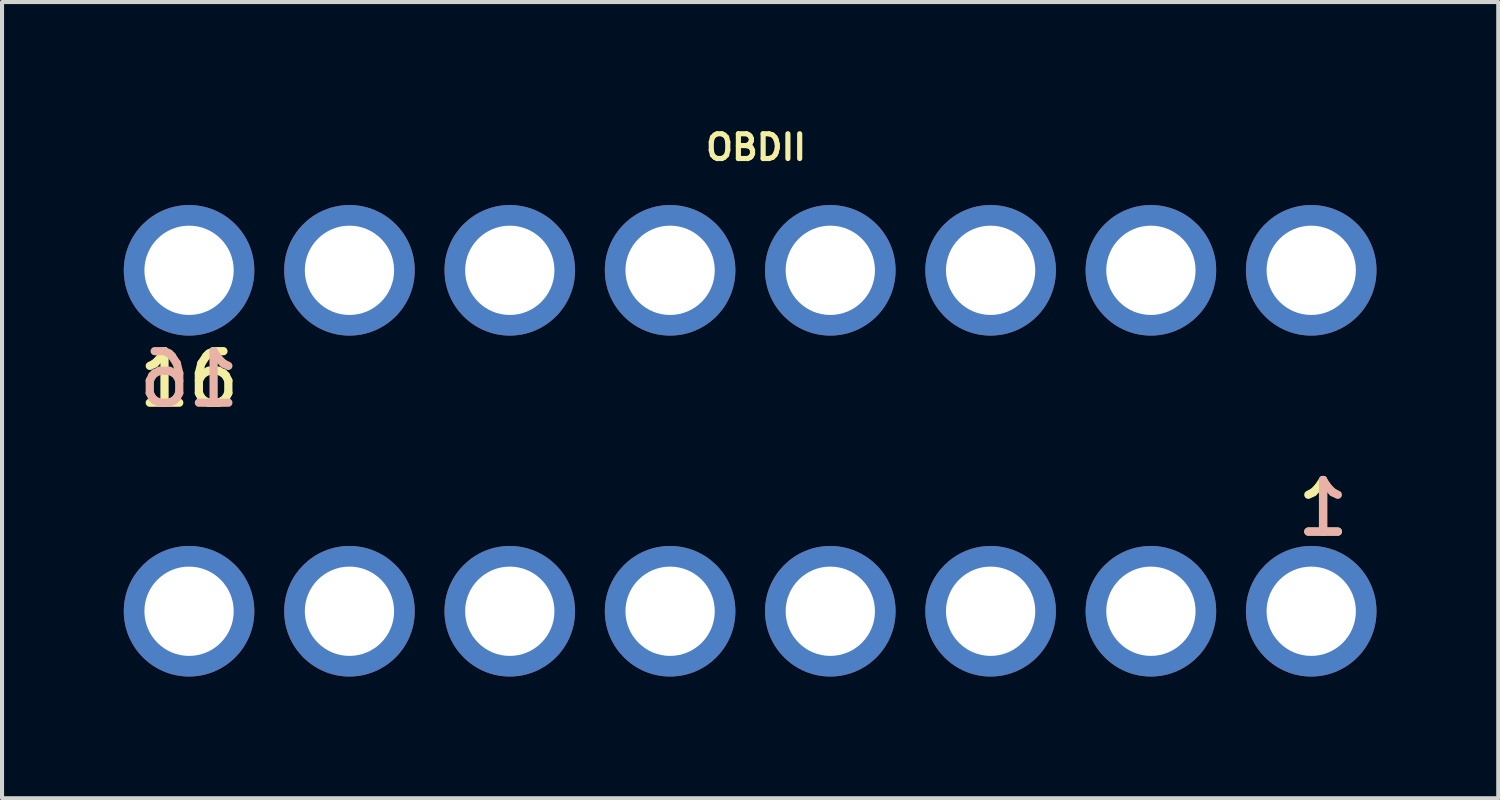
<source format=kicad_pcb>
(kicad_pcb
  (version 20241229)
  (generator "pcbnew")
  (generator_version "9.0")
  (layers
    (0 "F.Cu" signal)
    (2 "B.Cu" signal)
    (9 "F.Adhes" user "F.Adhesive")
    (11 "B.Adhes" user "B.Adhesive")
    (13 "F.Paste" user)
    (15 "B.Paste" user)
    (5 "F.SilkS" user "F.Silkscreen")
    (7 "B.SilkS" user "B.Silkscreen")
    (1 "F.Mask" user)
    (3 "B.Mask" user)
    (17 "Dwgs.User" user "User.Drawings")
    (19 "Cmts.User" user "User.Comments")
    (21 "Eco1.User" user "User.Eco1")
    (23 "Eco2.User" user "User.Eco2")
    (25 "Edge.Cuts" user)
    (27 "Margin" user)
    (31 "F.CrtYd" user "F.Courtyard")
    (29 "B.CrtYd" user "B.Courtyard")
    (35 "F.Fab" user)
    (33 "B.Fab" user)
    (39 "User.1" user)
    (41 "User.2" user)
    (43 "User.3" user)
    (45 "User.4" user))
  (footprint "OBDII"
    (layer "F.Cu")
    (at 15.578 8.2)
    (property "Reference" "OBDII" (at 0 -7.62 0) (layer "F.SilkS") (effects (font (size 0.61 0.61) (thickness 0.127))))
    (attr exclude_from_pos_files exclude_from_bom)
    (fp_text user "16" (at -13.97 -1.905 0) (layer "F.SilkS") (effects (font (size 1.27 1.27) (thickness 0.203))))
    (fp_text user "1" (at 13.97 1.27 0) (layer "F.SilkS") (effects (font (size 1.27 1.27) (thickness 0.203))))
    (fp_text user "16" (at -13.97 -1.905 0) (layer "B.SilkS") (effects (font (size 1.27 1.27) (thickness 0.203)) (justify mirror)))
    (fp_text user "1" (at 13.97 1.27 0) (layer "B.SilkS") (effects (font (size 1.27 1.27) (thickness 0.203)) (justify mirror)))
    (pad "1" thru_hole circle (at 13.678 3.81) (size 3.216 3.216) (drill 2.2) (layers "*.Cu" "*.Paste" "*.Mask"))
    (pad "2" thru_hole circle (at 9.728 3.81) (size 3.216 3.216) (drill 2.2) (layers "*.Cu" "*.Paste" "*.Mask"))
    (pad "3" thru_hole circle (at 5.779 3.81) (size 3.216 3.216) (drill 2.2) (layers "*.Cu" "*.Paste" "*.Mask"))
    (pad "4" thru_hole circle (at 1.829 3.81) (size 3.216 3.216) (drill 2.2) (layers "*.Cu" "*.Paste" "*.Mask"))
    (pad "5" thru_hole circle (at -2.118 3.81) (size 3.216 3.216) (drill 2.2) (layers "*.Cu" "*.Paste" "*.Mask"))
    (pad "6" thru_hole circle (at -6.068 3.81) (size 3.216 3.216) (drill 2.2) (layers "*.Cu" "*.Paste" "*.Mask"))
    (pad "7" thru_hole circle (at -10.018 3.81) (size 3.216 3.216) (drill 2.2) (layers "*.Cu" "*.Paste" "*.Mask"))
    (pad "8" thru_hole circle (at -13.97 3.81) (size 3.216 3.216) (drill 2.2) (layers "*.Cu" "*.Paste" "*.Mask"))
    (pad "9" thru_hole circle (at 13.678 -4.59) (size 3.216 3.216) (drill 2.2) (layers "*.Cu" "*.Paste" "*.Mask"))
    (pad "10" thru_hole circle (at 9.728 -4.59) (size 3.216 3.216) (drill 2.2) (layers "*.Cu" "*.Paste" "*.Mask"))
    (pad "11" thru_hole circle (at 5.779 -4.59) (size 3.216 3.216) (drill 2.2) (layers "*.Cu" "*.Paste" "*.Mask"))
    (pad "12" thru_hole circle (at 1.829 -4.59) (size 3.216 3.216) (drill 2.2) (layers "*.Cu" "*.Paste" "*.Mask"))
    (pad "13" thru_hole circle (at -2.118 -4.59) (size 3.216 3.216) (drill 2.2) (layers "*.Cu" "*.Paste" "*.Mask"))
    (pad "14" thru_hole circle (at -6.068 -4.59) (size 3.216 3.216) (drill 2.2) (layers "*.Cu" "*.Paste" "*.Mask"))
    (pad "15" thru_hole circle (at -10.018 -4.59) (size 3.216 3.216) (drill 2.2) (layers "*.Cu" "*.Paste" "*.Mask"))
    (pad "16" thru_hole circle (at -13.97 -4.59) (size 3.216 3.216) (drill 2.2) (layers "*.Cu" "*.Paste" "*.Mask")))
  (gr_rect
    (start -3 -3)
    (end 33.864 16.617)
    (stroke (width 0.1) (type default))
    (fill no)
    (layer "Edge.Cuts")))
</source>
